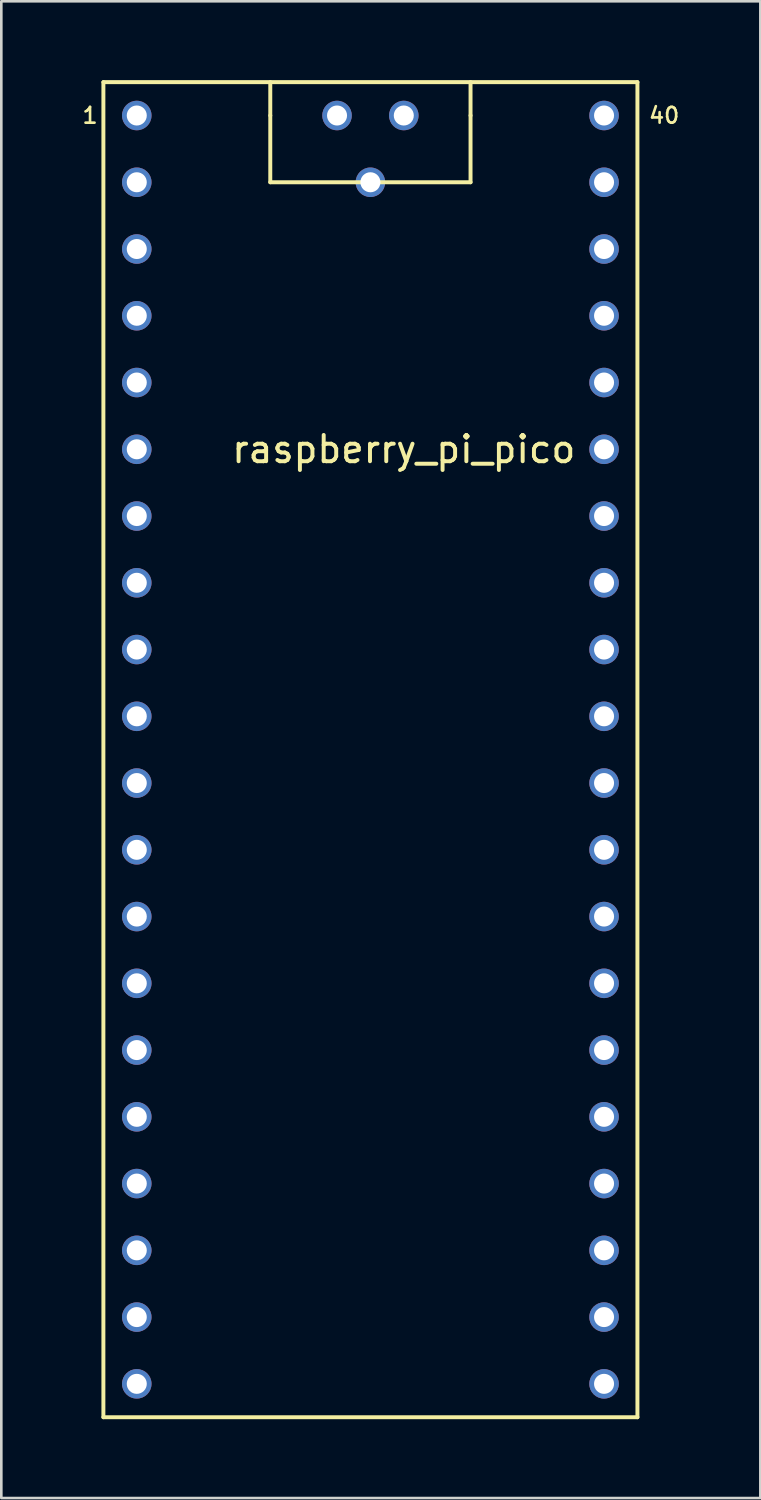
<source format=kicad_pcb>
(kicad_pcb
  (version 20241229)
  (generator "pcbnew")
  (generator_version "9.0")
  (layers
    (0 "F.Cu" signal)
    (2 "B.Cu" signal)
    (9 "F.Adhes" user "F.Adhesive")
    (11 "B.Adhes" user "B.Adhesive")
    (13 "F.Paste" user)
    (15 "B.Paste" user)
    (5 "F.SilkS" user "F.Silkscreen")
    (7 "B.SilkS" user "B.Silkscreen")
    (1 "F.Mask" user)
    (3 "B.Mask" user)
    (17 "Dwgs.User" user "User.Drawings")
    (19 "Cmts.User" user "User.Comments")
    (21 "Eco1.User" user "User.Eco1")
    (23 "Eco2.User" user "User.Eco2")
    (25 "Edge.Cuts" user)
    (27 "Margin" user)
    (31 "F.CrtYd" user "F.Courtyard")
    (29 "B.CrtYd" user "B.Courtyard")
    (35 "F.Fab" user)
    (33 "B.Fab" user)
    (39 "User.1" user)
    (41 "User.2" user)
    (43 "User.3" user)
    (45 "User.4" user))
  (footprint "raspberry_pi_pico"
    (layer "F.Cu")
    (at 2.154 1.345)
    (property "Reference" "raspberry_pi_pico" (at 10.16 12.7 0) (layer "F.SilkS") (effects (font (size 1 1) (thickness 0.15))))
    (attr through_hole)
    (fp_line (start -1.27 -1.27) (end 19.05 -1.27) (stroke (width 0.15) (type solid)) (layer "F.SilkS"))
    (fp_line (start -1.27 49.53) (end -1.27 -1.27) (stroke (width 0.15) (type solid)) (layer "F.SilkS"))
    (fp_line (start 5.08 0) (end 5.08 -1.27) (stroke (width 0.15) (type solid)) (layer "F.SilkS"))
    (fp_line (start 5.08 0) (end 5.08 2.54) (stroke (width 0.15) (type solid)) (layer "F.SilkS"))
    (fp_line (start 5.08 2.54) (end 12.7 2.54) (stroke (width 0.15) (type solid)) (layer "F.SilkS"))
    (fp_line (start 12.7 0) (end 12.7 -1.27) (stroke (width 0.15) (type solid)) (layer "F.SilkS"))
    (fp_line (start 12.7 2.54) (end 12.7 0) (stroke (width 0.15) (type solid)) (layer "F.SilkS"))
    (fp_line (start 19.05 -1.27) (end 19.05 49.53) (stroke (width 0.15) (type solid)) (layer "F.SilkS"))
    (fp_line (start 19.05 49.53) (end -1.27 49.53) (stroke (width 0.15) (type solid)) (layer "F.SilkS"))
    (fp_text user "40" (at 20.066 0 0) (layer "F.SilkS") (effects (font (size 0.6 0.6) (thickness 0.1))))
    (fp_text user "1" (at -1.778 0 0) (layer "F.SilkS") (effects (font (size 0.6 0.6) (thickness 0.1))))
    (pad "1" thru_hole circle (at 0 0) (size 1.124 1.124) (drill 0.762) (layers "*.Cu" "*.Mask"))
    (pad "2" thru_hole circle (at 0 2.54) (size 1.124 1.124) (drill 0.762) (layers "*.Cu" "*.Mask"))
    (pad "3" thru_hole circle (at 0 5.08) (size 1.124 1.124) (drill 0.762) (layers "*.Cu" "*.Mask"))
    (pad "4" thru_hole circle (at 0 7.62) (size 1.124 1.124) (drill 0.762) (layers "*.Cu" "*.Mask"))
    (pad "5" thru_hole circle (at 0 10.16) (size 1.124 1.124) (drill 0.762) (layers "*.Cu" "*.Mask"))
    (pad "6" thru_hole circle (at 0 12.7) (size 1.124 1.124) (drill 0.762) (layers "*.Cu" "*.Mask"))
    (pad "7" thru_hole circle (at 0 15.24) (size 1.124 1.124) (drill 0.762) (layers "*.Cu" "*.Mask"))
    (pad "8" thru_hole circle (at 0 17.78) (size 1.124 1.124) (drill 0.762) (layers "*.Cu" "*.Mask"))
    (pad "9" thru_hole circle (at 0 20.32) (size 1.124 1.124) (drill 0.762) (layers "*.Cu" "*.Mask"))
    (pad "10" thru_hole circle (at 0 22.86) (size 1.124 1.124) (drill 0.762) (layers "*.Cu" "*.Mask"))
    (pad "11" thru_hole circle (at 0 25.4) (size 1.124 1.124) (drill 0.762) (layers "*.Cu" "*.Mask"))
    (pad "12" thru_hole circle (at 0 27.94) (size 1.124 1.124) (drill 0.762) (layers "*.Cu" "*.Mask"))
    (pad "13" thru_hole circle (at 0 30.48) (size 1.124 1.124) (drill 0.762) (layers "*.Cu" "*.Mask"))
    (pad "14" thru_hole circle (at 0 33.02) (size 1.124 1.124) (drill 0.762) (layers "*.Cu" "*.Mask"))
    (pad "15" thru_hole circle (at 0 35.56) (size 1.124 1.124) (drill 0.762) (layers "*.Cu" "*.Mask"))
    (pad "16" thru_hole circle (at 0 38.1) (size 1.124 1.124) (drill 0.762) (layers "*.Cu" "*.Mask"))
    (pad "17" thru_hole circle (at 0 40.64) (size 1.124 1.124) (drill 0.762) (layers "*.Cu" "*.Mask"))
    (pad "18" thru_hole circle (at 0 43.18) (size 1.124 1.124) (drill 0.762) (layers "*.Cu" "*.Mask"))
    (pad "19" thru_hole circle (at 0 45.72) (size 1.124 1.124) (drill 0.762) (layers "*.Cu" "*.Mask"))
    (pad "20" thru_hole circle (at 0 48.26) (size 1.124 1.124) (drill 0.762) (layers "*.Cu" "*.Mask"))
    (pad "21" thru_hole circle (at 17.78 48.26) (size 1.124 1.124) (drill 0.762) (layers "*.Cu" "*.Mask"))
    (pad "22" thru_hole circle (at 17.78 45.72) (size 1.124 1.124) (drill 0.762) (layers "*.Cu" "*.Mask"))
    (pad "23" thru_hole circle (at 17.78 43.18) (size 1.124 1.124) (drill 0.762) (layers "*.Cu" "*.Mask"))
    (pad "24" thru_hole circle (at 17.78 40.64) (size 1.124 1.124) (drill 0.762) (layers "*.Cu" "*.Mask"))
    (pad "25" thru_hole circle (at 17.78 38.1) (size 1.124 1.124) (drill 0.762) (layers "*.Cu" "*.Mask"))
    (pad "26" thru_hole circle (at 17.78 35.56) (size 1.124 1.124) (drill 0.762) (layers "*.Cu" "*.Mask"))
    (pad "27" thru_hole circle (at 17.78 33.02) (size 1.124 1.124) (drill 0.762) (layers "*.Cu" "*.Mask"))
    (pad "28" thru_hole circle (at 17.78 30.48) (size 1.124 1.124) (drill 0.762) (layers "*.Cu" "*.Mask"))
    (pad "29" thru_hole circle (at 17.78 27.94) (size 1.124 1.124) (drill 0.762) (layers "*.Cu" "*.Mask"))
    (pad "30" thru_hole circle (at 17.78 25.4) (size 1.124 1.124) (drill 0.762) (layers "*.Cu" "*.Mask"))
    (pad "31" thru_hole circle (at 17.78 22.86) (size 1.124 1.124) (drill 0.762) (layers "*.Cu" "*.Mask"))
    (pad "32" thru_hole circle (at 17.78 20.32) (size 1.124 1.124) (drill 0.762) (layers "*.Cu" "*.Mask"))
    (pad "33" thru_hole circle (at 17.78 17.78) (size 1.124 1.124) (drill 0.762) (layers "*.Cu" "*.Mask"))
    (pad "34" thru_hole circle (at 17.78 15.24) (size 1.124 1.124) (drill 0.762) (layers "*.Cu" "*.Mask"))
    (pad "35" thru_hole circle (at 17.78 12.7) (size 1.124 1.124) (drill 0.762) (layers "*.Cu" "*.Mask"))
    (pad "36" thru_hole circle (at 17.78 10.16) (size 1.124 1.124) (drill 0.762) (layers "*.Cu" "*.Mask"))
    (pad "37" thru_hole circle (at 17.78 7.62) (size 1.124 1.124) (drill 0.762) (layers "*.Cu" "*.Mask"))
    (pad "38" thru_hole circle (at 17.78 5.08) (size 1.124 1.124) (drill 0.762) (layers "*.Cu" "*.Mask"))
    (pad "39" thru_hole circle (at 17.78 2.54) (size 1.124 1.124) (drill 0.762) (layers "*.Cu" "*.Mask"))
    (pad "40" thru_hole circle (at 17.78 0) (size 1.124 1.124) (drill 0.762) (layers "*.Cu" "*.Mask"))
    (pad "41" thru_hole circle (at 8.89 2.54) (size 1.124 1.124) (drill 0.762) (layers "*.Cu" "*.Mask"))
    (pad "42" thru_hole circle (at 10.16 0) (size 1.124 1.124) (drill 0.762) (layers "*.Cu" "*.Mask"))
    (pad "43" thru_hole circle (at 7.62 0) (size 1.124 1.124) (drill 0.762) (layers "*.Cu" "*.Mask")))
  (gr_rect
    (start -3 -3)
    (end 25.881 53.95)
    (stroke (width 0.1) (type default))
    (fill no)
    (layer "Edge.Cuts")))
</source>
